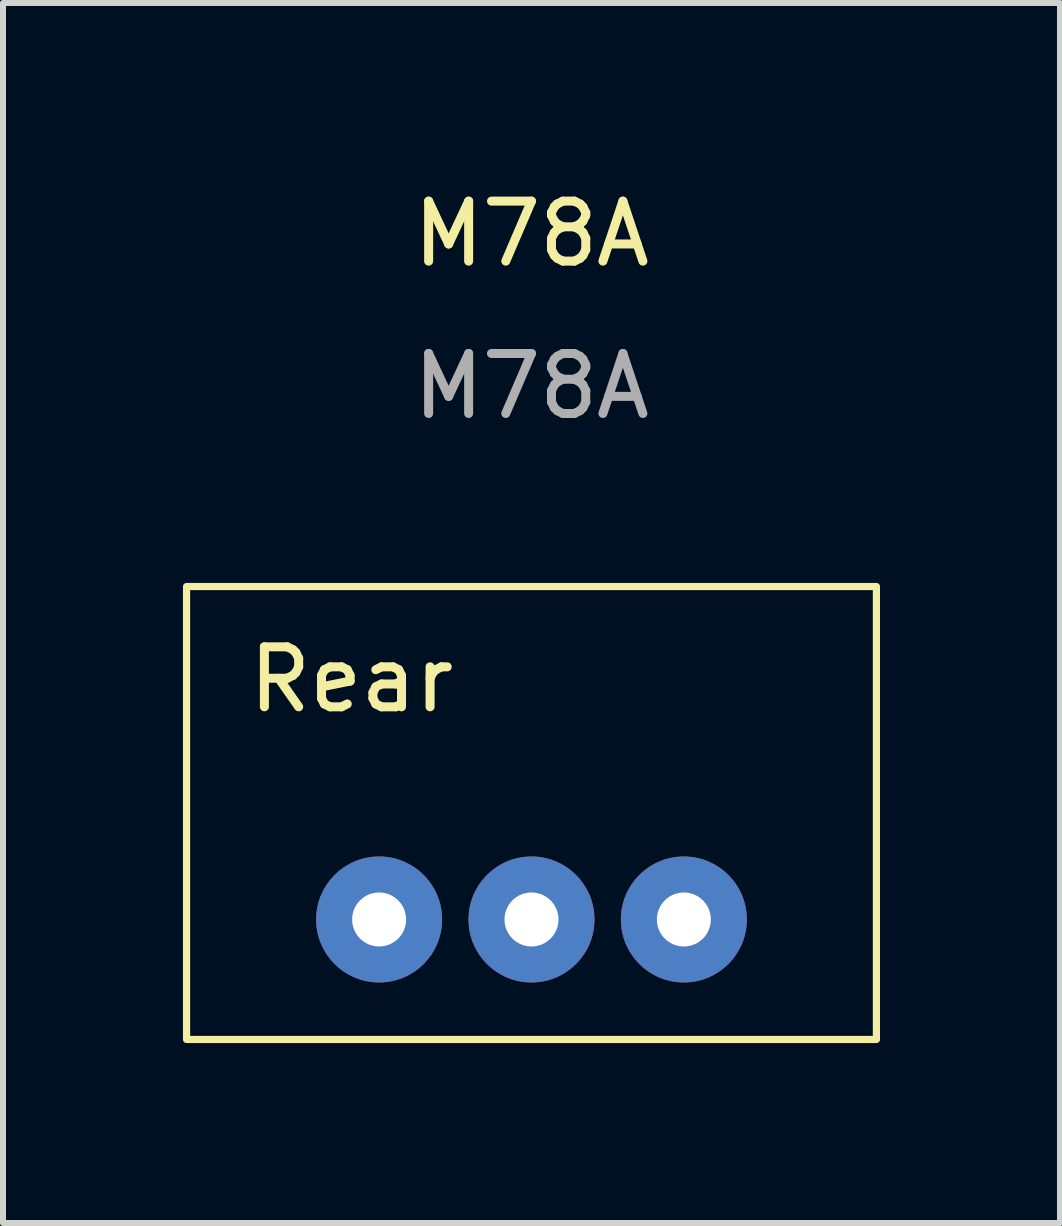
<source format=kicad_pcb>
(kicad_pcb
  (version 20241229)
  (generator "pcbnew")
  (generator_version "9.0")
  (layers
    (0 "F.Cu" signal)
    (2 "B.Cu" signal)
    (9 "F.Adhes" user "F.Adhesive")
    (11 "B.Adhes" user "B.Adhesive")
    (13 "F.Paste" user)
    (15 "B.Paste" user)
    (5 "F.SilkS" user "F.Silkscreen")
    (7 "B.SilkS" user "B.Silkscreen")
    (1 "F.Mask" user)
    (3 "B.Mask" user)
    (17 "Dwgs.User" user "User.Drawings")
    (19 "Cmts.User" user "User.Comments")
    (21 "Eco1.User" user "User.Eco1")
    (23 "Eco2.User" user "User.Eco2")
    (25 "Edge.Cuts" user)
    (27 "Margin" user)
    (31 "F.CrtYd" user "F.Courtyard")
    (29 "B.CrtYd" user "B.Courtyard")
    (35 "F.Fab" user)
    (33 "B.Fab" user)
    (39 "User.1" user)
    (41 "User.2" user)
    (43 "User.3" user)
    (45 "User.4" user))
  (footprint "M78A"
    (layer "F.Cu")
    (at 5.81 12.278)
    (property "Reference" "M78A" (at 0 -11.43 0) (unlocked yes) (layer "F.SilkS") (effects (font (size 1 1) (thickness 0.15))))
    (attr through_hole)
    (fp_rect (start -5.75 -5.55) (end 5.75 2) (stroke (width 0.12) (type solid)) (fill no) (layer "F.SilkS"))
    (fp_text user "Rear" (at -3 -4 0) (unlocked yes) (layer "F.SilkS") (effects (font (size 1 1) (thickness 0.15))))
    (fp_text user "${REFERENCE}" (at 0 -8.89 0) (unlocked yes) (layer "F.Fab") (effects (font (size 1 1) (thickness 0.15))))
    (pad "1" thru_hole circle (at -2.54 0) (size 2.1 2.1) (drill 0.9) (layers "*.Cu" "*.Mask"))
    (pad "2" thru_hole circle (at 0 0) (size 2.1 2.1) (drill 0.9) (layers "*.Cu" "*.Mask"))
    (pad "3" thru_hole circle (at 2.54 0) (size 2.1 2.1) (drill 0.9) (layers "*.Cu" "*.Mask")))
  (gr_rect
    (start -3 -3)
    (end 14.62 17.338)
    (stroke (width 0.1) (type default))
    (fill no)
    (layer "Edge.Cuts")))
</source>
